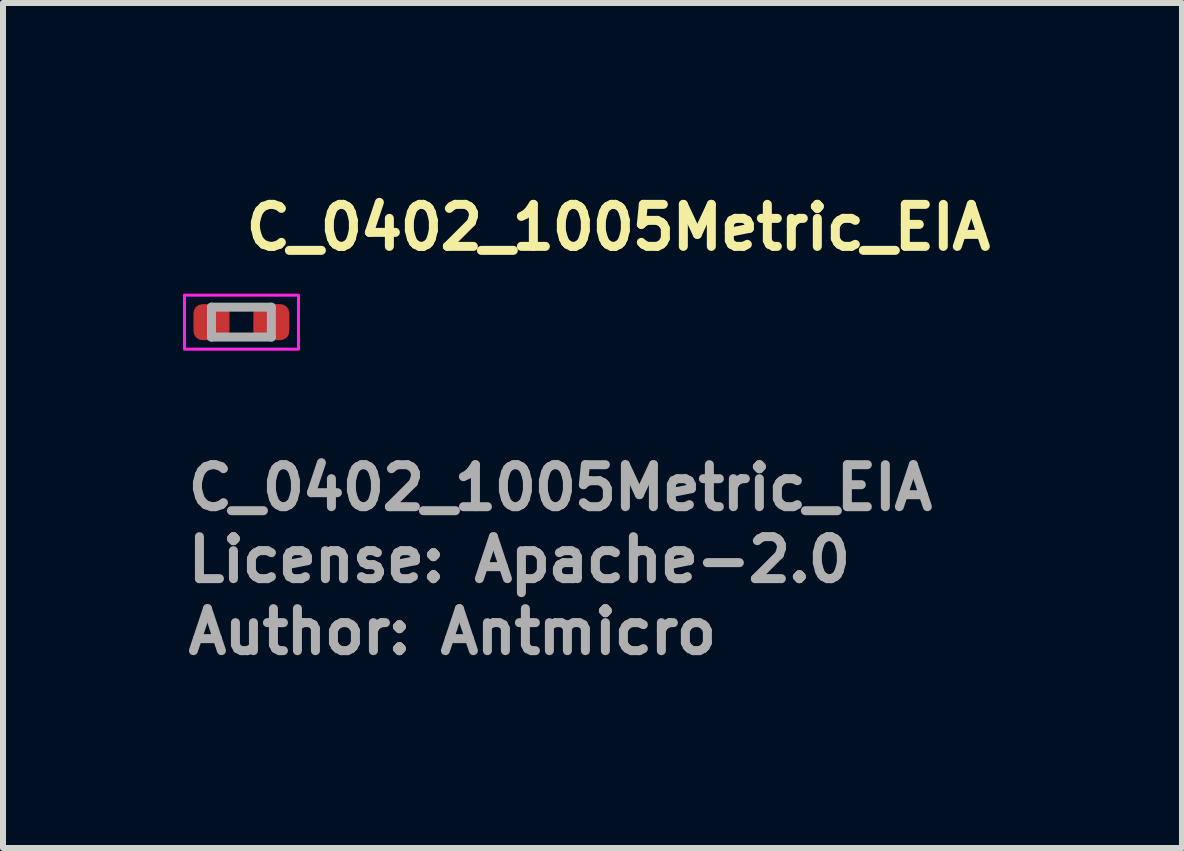
<source format=kicad_pcb>
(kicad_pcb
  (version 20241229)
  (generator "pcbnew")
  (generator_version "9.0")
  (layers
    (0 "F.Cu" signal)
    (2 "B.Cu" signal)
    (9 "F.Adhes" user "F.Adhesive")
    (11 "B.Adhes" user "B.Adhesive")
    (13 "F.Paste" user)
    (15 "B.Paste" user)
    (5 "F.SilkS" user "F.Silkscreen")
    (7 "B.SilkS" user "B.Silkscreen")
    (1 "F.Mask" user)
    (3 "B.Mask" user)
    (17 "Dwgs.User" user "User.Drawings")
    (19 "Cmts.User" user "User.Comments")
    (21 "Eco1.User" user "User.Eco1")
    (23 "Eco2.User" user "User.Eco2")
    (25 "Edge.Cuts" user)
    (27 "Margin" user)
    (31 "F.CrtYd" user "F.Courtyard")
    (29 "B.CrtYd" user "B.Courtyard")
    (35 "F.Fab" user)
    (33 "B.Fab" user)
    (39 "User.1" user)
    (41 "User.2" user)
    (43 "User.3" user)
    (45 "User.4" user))
  (footprint "C_0402_1005Metric_EIA"
    (layer "F.Cu")
    (at 0.975 2.32)
    (property "Reference" "C_0402_1005Metric_EIA" (at 0 -1.17 0) (layer "F.SilkS") (effects (font (size 0.7 0.7) (thickness 0.15)) (justify left bottom)))
    (attr smd)
    (fp_rect (start -0.95 -0.45) (end 0.95 0.45) (stroke (width 0.05) (type default)) (fill no) (layer "F.CrtYd"))
    (fp_line (start -0.5 -0.25) (end 0.498 -0.25) (stroke (width 0.15) (type solid)) (layer "F.Fab"))
    (fp_line (start -0.5 0.248) (end -0.5 -0.25) (stroke (width 0.15) (type solid)) (layer "F.Fab"))
    (fp_line (start 0.498 -0.25) (end 0.498 0.248) (stroke (width 0.15) (type solid)) (layer "F.Fab"))
    (fp_line (start 0.498 0.248) (end -0.5 0.248) (stroke (width 0.15) (type solid)) (layer "F.Fab"))
    (fp_rect (start -0.5 -0.25) (end 0.498 0.248) (stroke (width 0.1) (type solid)) (fill no) (layer "User.5"))
    (fp_line (start -0.5 -0.245) (end -0.5 -0.244) (stroke (width 0.02) (type solid)) (layer "User.9"))
    (fp_line (start -0.5 -0.244) (end -0.5 -0.244) (stroke (width 0.02) (type solid)) (layer "User.9"))
    (fp_line (start -0.5 -0.244) (end -0.5 -0.243) (stroke (width 0.02) (type solid)) (layer "User.9"))
    (fp_line (start -0.5 -0.243) (end -0.5 -0.243) (stroke (width 0.02) (type solid)) (layer "User.9"))
    (fp_line (start -0.5 -0.243) (end -0.5 -0.243) (stroke (width 0.02) (type solid)) (layer "User.9"))
    (fp_line (start -0.5 -0.243) (end -0.5 -0.242) (stroke (width 0.02) (type solid)) (layer "User.9"))
    (fp_line (start -0.5 -0.242) (end -0.5 -0.242) (stroke (width 0.02) (type solid)) (layer "User.9"))
    (fp_line (start -0.5 -0.242) (end -0.5 -0.241) (stroke (width 0.02) (type solid)) (layer "User.9"))
    (fp_line (start -0.5 -0.241) (end -0.5 -0.24) (stroke (width 0.02) (type solid)) (layer "User.9"))
    (fp_line (start -0.5 -0.24) (end -0.5 -0.24) (stroke (width 0.02) (type solid)) (layer "User.9"))
    (fp_line (start -0.5 -0.24) (end -0.5 -0.24) (stroke (width 0.02) (type solid)) (layer "User.9"))
    (fp_line (start -0.5 -0.24) (end -0.5 -0.24) (stroke (width 0.02) (type solid)) (layer "User.9"))
    (fp_line (start -0.5 -0.24) (end -0.5 -0.24) (stroke (width 0.02) (type solid)) (layer "User.9"))
    (fp_line (start -0.5 -0.24) (end -0.5 -0.239) (stroke (width 0.02) (type solid)) (layer "User.9"))
    (fp_line (start -0.5 -0.239) (end -0.5 -0.239) (stroke (width 0.02) (type solid)) (layer "User.9"))
    (fp_line (start -0.5 -0.239) (end -0.5 -0.239) (stroke (width 0.02) (type solid)) (layer "User.9"))
    (fp_line (start -0.5 -0.239) (end -0.5 -0.238) (stroke (width 0.02) (type solid)) (layer "User.9"))
    (fp_line (start -0.5 -0.238) (end -0.5 -0.238) (stroke (width 0.02) (type solid)) (layer "User.9"))
    (fp_line (start -0.5 -0.238) (end -0.5 -0.237) (stroke (width 0.02) (type solid)) (layer "User.9"))
    (fp_line (start -0.5 -0.237) (end -0.499 -0.237) (stroke (width 0.02) (type solid)) (layer "User.9"))
    (fp_line (start -0.5 0.235) (end -0.5 0.236) (stroke (width 0.02) (type solid)) (layer "User.9"))
    (fp_line (start -0.5 0.236) (end -0.5 0.236) (stroke (width 0.02) (type solid)) (layer "User.9"))
    (fp_line (start -0.5 0.236) (end -0.5 0.237) (stroke (width 0.02) (type solid)) (layer "User.9"))
    (fp_line (start -0.5 0.237) (end -0.5 0.237) (stroke (width 0.02) (type solid)) (layer "User.9"))
    (fp_line (start -0.5 0.237) (end -0.5 0.237) (stroke (width 0.02) (type solid)) (layer "User.9"))
    (fp_line (start -0.5 0.237) (end -0.5 0.238) (stroke (width 0.02) (type solid)) (layer "User.9"))
    (fp_line (start -0.5 0.238) (end -0.5 0.238) (stroke (width 0.02) (type solid)) (layer "User.9"))
    (fp_line (start -0.5 0.238) (end -0.5 0.239) (stroke (width 0.02) (type solid)) (layer "User.9"))
    (fp_line (start -0.5 0.239) (end -0.5 -0.24) (stroke (width 0.02) (type solid)) (layer "User.9"))
    (fp_line (start -0.5 0.239) (end -0.5 0.239) (stroke (width 0.02) (type solid)) (layer "User.9"))
    (fp_line (start -0.5 0.239) (end -0.5 0.239) (stroke (width 0.02) (type solid)) (layer "User.9"))
    (fp_line (start -0.5 0.239) (end -0.5 0.239) (stroke (width 0.02) (type solid)) (layer "User.9"))
    (fp_line (start -0.5 0.239) (end -0.5 0.24) (stroke (width 0.02) (type solid)) (layer "User.9"))
    (fp_line (start -0.5 0.24) (end -0.5 0.24) (stroke (width 0.02) (type solid)) (layer "User.9"))
    (fp_line (start -0.5 0.24) (end -0.5 0.241) (stroke (width 0.02) (type solid)) (layer "User.9"))
    (fp_line (start -0.5 0.241) (end -0.5 0.241) (stroke (width 0.02) (type solid)) (layer "User.9"))
    (fp_line (start -0.5 0.241) (end -0.5 0.241) (stroke (width 0.02) (type solid)) (layer "User.9"))
    (fp_line (start -0.5 0.241) (end -0.5 0.242) (stroke (width 0.02) (type solid)) (layer "User.9"))
    (fp_line (start -0.5 0.242) (end -0.5 0.242) (stroke (width 0.02) (type solid)) (layer "User.9"))
    (fp_line (start -0.5 0.242) (end -0.5 0.243) (stroke (width 0.02) (type solid)) (layer "User.9"))
    (fp_line (start -0.5 0.243) (end -0.499 0.243) (stroke (width 0.02) (type solid)) (layer "User.9"))
    (fp_line (start -0.499 -0.246) (end -0.499 -0.246) (stroke (width 0.02) (type solid)) (layer "User.9"))
    (fp_line (start -0.499 -0.246) (end -0.499 -0.246) (stroke (width 0.02) (type solid)) (layer "User.9"))
    (fp_line (start -0.499 -0.246) (end -0.499 -0.245) (stroke (width 0.02) (type solid)) (layer "User.9"))
    (fp_line (start -0.499 -0.245) (end -0.5 -0.245) (stroke (width 0.02) (type solid)) (layer "User.9"))
    (fp_line (start -0.499 -0.237) (end -0.499 -0.236) (stroke (width 0.02) (type solid)) (layer "User.9"))
    (fp_line (start -0.499 -0.236) (end -0.499 -0.236) (stroke (width 0.02) (type solid)) (layer "User.9"))
    (fp_line (start -0.499 -0.236) (end -0.499 -0.236) (stroke (width 0.02) (type solid)) (layer "User.9"))
    (fp_line (start -0.499 -0.236) (end -0.498 -0.235) (stroke (width 0.02) (type solid)) (layer "User.9"))
    (fp_line (start -0.499 0.234) (end -0.499 0.234) (stroke (width 0.02) (type solid)) (layer "User.9"))
    (fp_line (start -0.499 0.234) (end -0.499 0.234) (stroke (width 0.02) (type solid)) (layer "User.9"))
    (fp_line (start -0.499 0.234) (end -0.499 0.235) (stroke (width 0.02) (type solid)) (layer "User.9"))
    (fp_line (start -0.499 0.235) (end -0.5 0.235) (stroke (width 0.02) (type solid)) (layer "User.9"))
    (fp_line (start -0.499 0.243) (end -0.499 0.244) (stroke (width 0.02) (type solid)) (layer "User.9"))
    (fp_line (start -0.499 0.244) (end -0.499 0.244) (stroke (width 0.02) (type solid)) (layer "User.9"))
    (fp_line (start -0.499 0.244) (end -0.499 0.244) (stroke (width 0.02) (type solid)) (layer "User.9"))
    (fp_line (start -0.499 0.244) (end -0.498 0.245) (stroke (width 0.02) (type solid)) (layer "User.9"))
    (fp_line (start -0.498 -0.248) (end -0.498 -0.247) (stroke (width 0.02) (type solid)) (layer "User.9"))
    (fp_line (start -0.498 -0.247) (end -0.499 -0.246) (stroke (width 0.02) (type solid)) (layer "User.9"))
    (fp_line (start -0.498 -0.247) (end -0.498 -0.247) (stroke (width 0.02) (type solid)) (layer "User.9"))
    (fp_line (start -0.498 -0.235) (end -0.498 -0.235) (stroke (width 0.02) (type solid)) (layer "User.9"))
    (fp_line (start -0.498 -0.235) (end -0.498 -0.234) (stroke (width 0.02) (type solid)) (layer "User.9"))
    (fp_line (start -0.498 -0.234) (end -0.497 -0.234) (stroke (width 0.02) (type solid)) (layer "User.9"))
    (fp_line (start -0.498 0.232) (end -0.498 0.233) (stroke (width 0.02) (type solid)) (layer "User.9"))
    (fp_line (start -0.498 0.233) (end -0.499 0.234) (stroke (width 0.02) (type solid)) (layer "User.9"))
    (fp_line (start -0.498 0.233) (end -0.498 0.233) (stroke (width 0.02) (type solid)) (layer "User.9"))
    (fp_line (start -0.498 0.245) (end -0.498 0.245) (stroke (width 0.02) (type solid)) (layer "User.9"))
    (fp_line (start -0.498 0.245) (end -0.498 0.246) (stroke (width 0.02) (type solid)) (layer "User.9"))
    (fp_line (start -0.498 0.246) (end -0.497 0.246) (stroke (width 0.02) (type solid)) (layer "User.9"))
    (fp_line (start -0.497 -0.248) (end -0.498 -0.248) (stroke (width 0.02) (type solid)) (layer "User.9"))
    (fp_line (start -0.497 -0.248) (end -0.497 -0.248) (stroke (width 0.02) (type solid)) (layer "User.9"))
    (fp_line (start -0.497 -0.234) (end -0.497 -0.234) (stroke (width 0.02) (type solid)) (layer "User.9"))
    (fp_line (start -0.497 -0.234) (end -0.496 -0.233) (stroke (width 0.02) (type solid)) (layer "User.9"))
    (fp_line (start -0.497 0.232) (end -0.498 0.232) (stroke (width 0.02) (type solid)) (layer "User.9"))
    (fp_line (start -0.497 0.232) (end -0.497 0.232) (stroke (width 0.02) (type solid)) (layer "User.9"))
    (fp_line (start -0.497 0.246) (end -0.497 0.246) (stroke (width 0.02) (type solid)) (layer "User.9"))
    (fp_line (start -0.497 0.246) (end -0.496 0.247) (stroke (width 0.02) (type solid)) (layer "User.9"))
    (fp_line (start -0.496 -0.249) (end -0.497 -0.248) (stroke (width 0.02) (type solid)) (layer "User.9"))
    (fp_line (start -0.496 -0.249) (end -0.496 -0.249) (stroke (width 0.02) (type solid)) (layer "User.9"))
    (fp_line (start -0.496 -0.249) (end -0.496 -0.249) (stroke (width 0.02) (type solid)) (layer "User.9"))
    (fp_line (start -0.496 -0.233) (end -0.496 -0.233) (stroke (width 0.02) (type solid)) (layer "User.9"))
    (fp_line (start -0.496 -0.233) (end -0.496 -0.233) (stroke (width 0.02) (type solid)) (layer "User.9"))
    (fp_line (start -0.496 -0.233) (end -0.495 -0.233) (stroke (width 0.02) (type solid)) (layer "User.9"))
    (fp_line (start -0.496 0.231) (end -0.497 0.232) (stroke (width 0.02) (type solid)) (layer "User.9"))
    (fp_line (start -0.496 0.231) (end -0.496 0.231) (stroke (width 0.02) (type solid)) (layer "User.9"))
    (fp_line (start -0.496 0.231) (end -0.496 0.231) (stroke (width 0.02) (type solid)) (layer "User.9"))
    (fp_line (start -0.496 0.247) (end -0.496 0.247) (stroke (width 0.02) (type solid)) (layer "User.9"))
    (fp_line (start -0.496 0.247) (end -0.496 0.247) (stroke (width 0.02) (type solid)) (layer "User.9"))
    (fp_line (start -0.496 0.247) (end -0.495 0.247) (stroke (width 0.02) (type solid)) (layer "User.9"))
    (fp_line (start -0.495 -0.25) (end -0.495 -0.249) (stroke (width 0.02) (type solid)) (layer "User.9"))
    (fp_line (start -0.495 -0.249) (end -0.496 -0.249) (stroke (width 0.02) (type solid)) (layer "User.9"))
    (fp_line (start -0.495 -0.233) (end -0.495 -0.232) (stroke (width 0.02) (type solid)) (layer "User.9"))
    (fp_line (start -0.495 -0.232) (end -0.494 -0.232) (stroke (width 0.02) (type solid)) (layer "User.9"))
    (fp_line (start -0.495 0.23) (end -0.495 0.231) (stroke (width 0.02) (type solid)) (layer "User.9"))
    (fp_line (start -0.495 0.231) (end -0.496 0.231) (stroke (width 0.02) (type solid)) (layer "User.9"))
    (fp_line (start -0.495 0.247) (end -0.495 0.248) (stroke (width 0.02) (type solid)) (layer "User.9"))
    (fp_line (start -0.495 0.248) (end -0.494 0.248) (stroke (width 0.02) (type solid)) (layer "User.9"))
    (fp_line (start -0.494 -0.25) (end -0.495 -0.25) (stroke (width 0.02) (type solid)) (layer "User.9"))
    (fp_line (start -0.494 -0.25) (end -0.494 -0.25) (stroke (width 0.02) (type solid)) (layer "User.9"))
    (fp_line (start -0.494 -0.232) (end -0.494 -0.232) (stroke (width 0.02) (type solid)) (layer "User.9"))
    (fp_line (start -0.494 -0.232) (end -0.493 -0.232) (stroke (width 0.02) (type solid)) (layer "User.9"))
    (fp_line (start -0.494 0.23) (end -0.495 0.23) (stroke (width 0.02) (type solid)) (layer "User.9"))
    (fp_line (start -0.494 0.23) (end -0.494 0.23) (stroke (width 0.02) (type solid)) (layer "User.9"))
    (fp_line (start -0.494 0.248) (end -0.494 0.248) (stroke (width 0.02) (type solid)) (layer "User.9"))
    (fp_line (start -0.494 0.248) (end -0.493 0.248) (stroke (width 0.02) (type solid)) (layer "User.9"))
    (fp_line (start -0.493 -0.25) (end -0.494 -0.25) (stroke (width 0.02) (type solid)) (layer "User.9"))
    (fp_line (start -0.493 -0.25) (end -0.493 -0.25) (stroke (width 0.02) (type solid)) (layer "User.9"))
    (fp_line (start -0.493 -0.25) (end -0.493 -0.25) (stroke (width 0.02) (type solid)) (layer "User.9"))
    (fp_line (start -0.493 -0.232) (end -0.493 -0.232) (stroke (width 0.02) (type solid)) (layer "User.9"))
    (fp_line (start -0.493 -0.232) (end -0.493 -0.232) (stroke (width 0.02) (type solid)) (layer "User.9"))
    (fp_line (start -0.493 -0.232) (end -0.492 -0.232) (stroke (width 0.02) (type solid)) (layer "User.9"))
    (fp_line (start -0.493 0.23) (end -0.494 0.23) (stroke (width 0.02) (type solid)) (layer "User.9"))
    (fp_line (start -0.493 0.23) (end -0.493 0.23) (stroke (width 0.02) (type solid)) (layer "User.9"))
    (fp_line (start -0.493 0.23) (end -0.493 0.23) (stroke (width 0.02) (type solid)) (layer "User.9"))
    (fp_line (start -0.493 0.248) (end -0.493 0.248) (stroke (width 0.02) (type solid)) (layer "User.9"))
    (fp_line (start -0.493 0.248) (end -0.493 0.248) (stroke (width 0.02) (type solid)) (layer "User.9"))
    (fp_line (start -0.493 0.248) (end -0.492 0.248) (stroke (width 0.02) (type solid)) (layer "User.9"))
    (fp_line (start -0.492 -0.25) (end -0.493 -0.25) (stroke (width 0.02) (type solid)) (layer "User.9"))
    (fp_line (start -0.492 -0.25) (end -0.492 -0.25) (stroke (width 0.02) (type solid)) (layer "User.9"))
    (fp_line (start -0.492 -0.232) (end -0.492 -0.232) (stroke (width 0.02) (type solid)) (layer "User.9"))
    (fp_line (start -0.492 -0.232) (end -0.491 -0.232) (stroke (width 0.02) (type solid)) (layer "User.9"))
    (fp_line (start -0.492 0.23) (end -0.493 0.23) (stroke (width 0.02) (type solid)) (layer "User.9"))
    (fp_line (start -0.492 0.23) (end -0.492 0.23) (stroke (width 0.02) (type solid)) (layer "User.9"))
    (fp_line (start -0.492 0.248) (end -0.492 0.248) (stroke (width 0.02) (type solid)) (layer "User.9"))
    (fp_line (start -0.492 0.248) (end -0.491 0.248) (stroke (width 0.02) (type solid)) (layer "User.9"))
    (fp_line (start -0.491 -0.25) (end -0.492 -0.25) (stroke (width 0.02) (type solid)) (layer "User.9"))
    (fp_line (start -0.491 -0.232) (end -0.49 -0.232) (stroke (width 0.02) (type solid)) (layer "User.9"))
    (fp_line (start -0.491 0.23) (end -0.492 0.23) (stroke (width 0.02) (type solid)) (layer "User.9"))
    (fp_line (start -0.491 0.248) (end -0.49 0.248) (stroke (width 0.02) (type solid)) (layer "User.9"))
    (fp_line (start -0.49 -0.25) (end -0.491 -0.25) (stroke (width 0.02) (type solid)) (layer "User.9"))
    (fp_line (start -0.49 -0.25) (end -0.49 -0.25) (stroke (width 0.02) (type solid)) (layer "User.9"))
    (fp_line (start -0.49 -0.25) (end -0.49 -0.25) (stroke (width 0.02) (type solid)) (layer "User.9"))
    (fp_line (start -0.49 -0.25) (end -0.3 -0.25) (stroke (width 0.02) (type solid)) (layer "User.9"))
    (fp_line (start -0.49 -0.232) (end -0.49 -0.232) (stroke (width 0.02) (type solid)) (layer "User.9"))
    (fp_line (start -0.49 -0.232) (end -0.49 -0.232) (stroke (width 0.02) (type solid)) (layer "User.9"))
    (fp_line (start -0.49 -0.232) (end -0.489 -0.232) (stroke (width 0.02) (type solid)) (layer "User.9"))
    (fp_line (start -0.49 0.23) (end -0.491 0.23) (stroke (width 0.02) (type solid)) (layer "User.9"))
    (fp_line (start -0.49 0.23) (end -0.49 0.23) (stroke (width 0.02) (type solid)) (layer "User.9"))
    (fp_line (start -0.49 0.23) (end -0.49 0.23) (stroke (width 0.02) (type solid)) (layer "User.9"))
    (fp_line (start -0.49 0.248) (end -0.49 0.248) (stroke (width 0.02) (type solid)) (layer "User.9"))
    (fp_line (start -0.49 0.248) (end -0.49 0.248) (stroke (width 0.02) (type solid)) (layer "User.9"))
    (fp_line (start -0.49 0.248) (end -0.489 0.248) (stroke (width 0.02) (type solid)) (layer "User.9"))
    (fp_line (start -0.489 -0.25) (end -0.49 -0.25) (stroke (width 0.02) (type solid)) (layer "User.9"))
    (fp_line (start -0.489 -0.25) (end -0.489 -0.25) (stroke (width 0.02) (type solid)) (layer "User.9"))
    (fp_line (start -0.489 -0.232) (end -0.489 -0.232) (stroke (width 0.02) (type solid)) (layer "User.9"))
    (fp_line (start -0.489 -0.232) (end -0.488 -0.232) (stroke (width 0.02) (type solid)) (layer "User.9"))
    (fp_line (start -0.489 0.23) (end -0.49 0.23) (stroke (width 0.02) (type solid)) (layer "User.9"))
    (fp_line (start -0.489 0.23) (end -0.489 0.23) (stroke (width 0.02) (type solid)) (layer "User.9"))
    (fp_line (start -0.489 0.248) (end -0.489 0.248) (stroke (width 0.02) (type solid)) (layer "User.9"))
    (fp_line (start -0.489 0.248) (end -0.488 0.248) (stroke (width 0.02) (type solid)) (layer "User.9"))
    (fp_line (start -0.488 -0.25) (end -0.489 -0.25) (stroke (width 0.02) (type solid)) (layer "User.9"))
    (fp_line (start -0.488 -0.25) (end -0.488 -0.25) (stroke (width 0.02) (type solid)) (layer "User.9"))
    (fp_line (start -0.488 -0.25) (end -0.488 -0.25) (stroke (width 0.02) (type solid)) (layer "User.9"))
    (fp_line (start -0.488 -0.232) (end -0.488 -0.232) (stroke (width 0.02) (type solid)) (layer "User.9"))
    (fp_line (start -0.488 -0.232) (end -0.488 -0.232) (stroke (width 0.02) (type solid)) (layer "User.9"))
    (fp_line (start -0.488 -0.232) (end -0.487 -0.232) (stroke (width 0.02) (type solid)) (layer "User.9"))
    (fp_line (start -0.488 0.23) (end -0.489 0.23) (stroke (width 0.02) (type solid)) (layer "User.9"))
    (fp_line (start -0.488 0.23) (end -0.488 0.23) (stroke (width 0.02) (type solid)) (layer "User.9"))
    (fp_line (start -0.488 0.23) (end -0.488 0.23) (stroke (width 0.02) (type solid)) (layer "User.9"))
    (fp_line (start -0.488 0.248) (end -0.488 0.248) (stroke (width 0.02) (type solid)) (layer "User.9"))
    (fp_line (start -0.488 0.248) (end -0.488 0.248) (stroke (width 0.02) (type solid)) (layer "User.9"))
    (fp_line (start -0.488 0.248) (end -0.487 0.248) (stroke (width 0.02) (type solid)) (layer "User.9"))
    (fp_line (start -0.487 -0.25) (end -0.488 -0.25) (stroke (width 0.02) (type solid)) (layer "User.9"))
    (fp_line (start -0.487 -0.25) (end -0.487 -0.25) (stroke (width 0.02) (type solid)) (layer "User.9"))
    (fp_line (start -0.487 -0.232) (end -0.487 -0.232) (stroke (width 0.02) (type solid)) (layer "User.9"))
    (fp_line (start -0.487 -0.232) (end -0.486 -0.232) (stroke (width 0.02) (type solid)) (layer "User.9"))
    (fp_line (start -0.487 0.23) (end -0.488 0.23) (stroke (width 0.02) (type solid)) (layer "User.9"))
    (fp_line (start -0.487 0.23) (end -0.487 0.23) (stroke (width 0.02) (type solid)) (layer "User.9"))
    (fp_line (start -0.487 0.248) (end -0.487 0.248) (stroke (width 0.02) (type solid)) (layer "User.9"))
    (fp_line (start -0.487 0.248) (end -0.486 0.248) (stroke (width 0.02) (type solid)) (layer "User.9"))
    (fp_line (start -0.486 -0.25) (end -0.487 -0.25) (stroke (width 0.02) (type solid)) (layer "User.9"))
    (fp_line (start -0.486 -0.249) (end -0.486 -0.25) (stroke (width 0.02) (type solid)) (layer "User.9"))
    (fp_line (start -0.486 -0.233) (end -0.485 -0.233) (stroke (width 0.02) (type solid)) (layer "User.9"))
    (fp_line (start -0.486 -0.232) (end -0.486 -0.233) (stroke (width 0.02) (type solid)) (layer "User.9"))
    (fp_line (start -0.486 0.23) (end -0.487 0.23) (stroke (width 0.02) (type solid)) (layer "User.9"))
    (fp_line (start -0.486 0.231) (end -0.486 0.23) (stroke (width 0.02) (type solid)) (layer "User.9"))
    (fp_line (start -0.486 0.247) (end -0.485 0.247) (stroke (width 0.02) (type solid)) (layer "User.9"))
    (fp_line (start -0.486 0.248) (end -0.486 0.247) (stroke (width 0.02) (type solid)) (layer "User.9"))
    (fp_line (start -0.485 -0.249) (end -0.486 -0.249) (stroke (width 0.02) (type solid)) (layer "User.9"))
    (fp_line (start -0.485 -0.249) (end -0.485 -0.249) (stroke (width 0.02) (type solid)) (layer "User.9"))
    (fp_line (start -0.485 -0.249) (end -0.485 -0.249) (stroke (width 0.02) (type solid)) (layer "User.9"))
    (fp_line (start -0.485 -0.233) (end -0.485 -0.233) (stroke (width 0.02) (type solid)) (layer "User.9"))
    (fp_line (start -0.485 -0.233) (end -0.485 -0.233) (stroke (width 0.02) (type solid)) (layer "User.9"))
    (fp_line (start -0.485 -0.233) (end -0.484 -0.234) (stroke (width 0.02) (type solid)) (layer "User.9"))
    (fp_line (start -0.485 0.231) (end -0.486 0.231) (stroke (width 0.02) (type solid)) (layer "User.9"))
    (fp_line (start -0.485 0.231) (end -0.485 0.231) (stroke (width 0.02) (type solid)) (layer "User.9"))
    (fp_line (start -0.485 0.231) (end -0.485 0.231) (stroke (width 0.02) (type solid)) (layer "User.9"))
    (fp_line (start -0.485 0.247) (end -0.485 0.247) (stroke (width 0.02) (type solid)) (layer "User.9"))
    (fp_line (start -0.485 0.247) (end -0.485 0.247) (stroke (width 0.02) (type solid)) (layer "User.9"))
    (fp_line (start -0.485 0.247) (end -0.484 0.246) (stroke (width 0.02) (type solid)) (layer "User.9"))
    (fp_line (start -0.484 -0.248) (end -0.485 -0.249) (stroke (width 0.02) (type solid)) (layer "User.9"))
    (fp_line (start -0.484 -0.248) (end -0.484 -0.248) (stroke (width 0.02) (type solid)) (layer "User.9"))
    (fp_line (start -0.484 -0.234) (end -0.484 -0.234) (stroke (width 0.02) (type solid)) (layer "User.9"))
    (fp_line (start -0.484 -0.234) (end -0.483 -0.234) (stroke (width 0.02) (type solid)) (layer "User.9"))
    (fp_line (start -0.484 0.232) (end -0.485 0.231) (stroke (width 0.02) (type solid)) (layer "User.9"))
    (fp_line (start -0.484 0.232) (end -0.484 0.232) (stroke (width 0.02) (type solid)) (layer "User.9"))
    (fp_line (start -0.484 0.246) (end -0.484 0.246) (stroke (width 0.02) (type solid)) (layer "User.9"))
    (fp_line (start -0.484 0.246) (end -0.483 0.246) (stroke (width 0.02) (type solid)) (layer "User.9"))
    (fp_line (start -0.483 -0.248) (end -0.484 -0.248) (stroke (width 0.02) (type solid)) (layer "User.9"))
    (fp_line (start -0.483 -0.247) (end -0.483 -0.248) (stroke (width 0.02) (type solid)) (layer "User.9"))
    (fp_line (start -0.483 -0.247) (end -0.483 -0.247) (stroke (width 0.02) (type solid)) (layer "User.9"))
    (fp_line (start -0.483 -0.235) (end -0.483 -0.235) (stroke (width 0.02) (type solid)) (layer "User.9"))
    (fp_line (start -0.483 -0.235) (end -0.482 -0.236) (stroke (width 0.02) (type solid)) (layer "User.9"))
    (fp_line (start -0.483 -0.234) (end -0.483 -0.235) (stroke (width 0.02) (type solid)) (layer "User.9"))
    (fp_line (start -0.483 0.232) (end -0.484 0.232) (stroke (width 0.02) (type solid)) (layer "User.9"))
    (fp_line (start -0.483 0.233) (end -0.483 0.232) (stroke (width 0.02) (type solid)) (layer "User.9"))
    (fp_line (start -0.483 0.233) (end -0.483 0.233) (stroke (width 0.02) (type solid)) (layer "User.9"))
    (fp_line (start -0.483 0.245) (end -0.483 0.245) (stroke (width 0.02) (type solid)) (layer "User.9"))
    (fp_line (start -0.483 0.245) (end -0.482 0.244) (stroke (width 0.02) (type solid)) (layer "User.9"))
    (fp_line (start -0.483 0.246) (end -0.483 0.245) (stroke (width 0.02) (type solid)) (layer "User.9"))
    (fp_line (start -0.482 -0.246) (end -0.483 -0.247) (stroke (width 0.02) (type solid)) (layer "User.9"))
    (fp_line (start -0.482 -0.246) (end -0.482 -0.246) (stroke (width 0.02) (type solid)) (layer "User.9"))
    (fp_line (start -0.482 -0.246) (end -0.482 -0.246) (stroke (width 0.02) (type solid)) (layer "User.9"))
    (fp_line (start -0.482 -0.245) (end -0.482 -0.246) (stroke (width 0.02) (type solid)) (layer "User.9"))
    (fp_line (start -0.482 -0.237) (end -0.481 -0.237) (stroke (width 0.02) (type solid)) (layer "User.9"))
    (fp_line (start -0.482 -0.236) (end -0.482 -0.237) (stroke (width 0.02) (type solid)) (layer "User.9"))
    (fp_line (start -0.482 -0.236) (end -0.482 -0.236) (stroke (width 0.02) (type solid)) (layer "User.9"))
    (fp_line (start -0.482 -0.236) (end -0.482 -0.236) (stroke (width 0.02) (type solid)) (layer "User.9"))
    (fp_line (start -0.482 0.234) (end -0.483 0.233) (stroke (width 0.02) (type solid)) (layer "User.9"))
    (fp_line (start -0.482 0.234) (end -0.482 0.234) (stroke (width 0.02) (type solid)) (layer "User.9"))
    (fp_line (start -0.482 0.234) (end -0.482 0.234) (stroke (width 0.02) (type solid)) (layer "User.9"))
    (fp_line (start -0.482 0.235) (end -0.482 0.234) (stroke (width 0.02) (type solid)) (layer "User.9"))
    (fp_line (start -0.482 0.243) (end -0.481 0.243) (stroke (width 0.02) (type solid)) (layer "User.9"))
    (fp_line (start -0.482 0.244) (end -0.482 0.243) (stroke (width 0.02) (type solid)) (layer "User.9"))
    (fp_line (start -0.482 0.244) (end -0.482 0.244) (stroke (width 0.02) (type solid)) (layer "User.9"))
    (fp_line (start -0.482 0.244) (end -0.482 0.244) (stroke (width 0.02) (type solid)) (layer "User.9"))
    (fp_line (start -0.481 -0.245) (end -0.482 -0.245) (stroke (width 0.02) (type solid)) (layer "User.9"))
    (fp_line (start -0.481 -0.244) (end -0.481 -0.245) (stroke (width 0.02) (type solid)) (layer "User.9"))
    (fp_line (start -0.481 -0.244) (end -0.481 -0.244) (stroke (width 0.02) (type solid)) (layer "User.9"))
    (fp_line (start -0.481 -0.243) (end -0.481 -0.244) (stroke (width 0.02) (type solid)) (layer "User.9"))
    (fp_line (start -0.481 -0.243) (end -0.481 -0.243) (stroke (width 0.02) (type solid)) (layer "User.9"))
    (fp_line (start -0.481 -0.243) (end -0.481 -0.243) (stroke (width 0.02) (type solid)) (layer "User.9"))
    (fp_line (start -0.481 -0.242) (end -0.481 -0.243) (stroke (width 0.02) (type solid)) (layer "User.9"))
    (fp_line (start -0.481 -0.242) (end -0.481 -0.242) (stroke (width 0.02) (type solid)) (layer "User.9"))
    (fp_line (start -0.481 -0.241) (end -0.481 -0.242) (stroke (width 0.02) (type solid)) (layer "User.9"))
    (fp_line (start -0.481 -0.24) (end -0.481 -0.24) (stroke (width 0.02) (type solid)) (layer "User.9"))
    (fp_line (start -0.481 -0.24) (end -0.481 -0.24) (stroke (width 0.02) (type solid)) (layer "User.9"))
    (fp_line (start -0.481 -0.24) (end -0.48 -0.24) (stroke (width 0.02) (type solid)) (layer "User.9"))
    (fp_line (start -0.481 -0.239) (end -0.481 -0.24) (stroke (width 0.02) (type solid)) (layer "User.9"))
    (fp_line (start -0.481 -0.239) (end -0.481 -0.239) (stroke (width 0.02) (type solid)) (layer "User.9"))
    (fp_line (start -0.481 -0.239) (end -0.481 -0.239) (stroke (width 0.02) (type solid)) (layer "User.9"))
    (fp_line (start -0.481 -0.238) (end -0.481 -0.239) (stroke (width 0.02) (type solid)) (layer "User.9"))
    (fp_line (start -0.481 -0.238) (end -0.481 -0.238) (stroke (width 0.02) (type solid)) (layer "User.9"))
    (fp_line (start -0.481 -0.237) (end -0.481 -0.238) (stroke (width 0.02) (type solid)) (layer "User.9"))
    (fp_line (start -0.481 0.235) (end -0.482 0.235) (stroke (width 0.02) (type solid)) (layer "User.9"))
    (fp_line (start -0.481 0.236) (end -0.481 0.235) (stroke (width 0.02) (type solid)) (layer "User.9"))
    (fp_line (start -0.481 0.236) (end -0.481 0.236) (stroke (width 0.02) (type solid)) (layer "User.9"))
    (fp_line (start -0.481 0.237) (end -0.481 0.236) (stroke (width 0.02) (type solid)) (layer "User.9"))
    (fp_line (start -0.481 0.237) (end -0.481 0.237) (stroke (width 0.02) (type solid)) (layer "User.9"))
    (fp_line (start -0.481 0.237) (end -0.481 0.237) (stroke (width 0.02) (type solid)) (layer "User.9"))
    (fp_line (start -0.481 0.238) (end -0.481 0.237) (stroke (width 0.02) (type solid)) (layer "User.9"))
    (fp_line (start -0.481 0.238) (end -0.481 0.238) (stroke (width 0.02) (type solid)) (layer "User.9"))
    (fp_line (start -0.481 0.239) (end -0.481 0.238) (stroke (width 0.02) (type solid)) (layer "User.9"))
    (fp_line (start -0.481 0.239) (end -0.48 0.239) (stroke (width 0.02) (type solid)) (layer "User.9"))
    (fp_line (start -0.481 0.24) (end -0.481 0.239) (stroke (width 0.02) (type solid)) (layer "User.9"))
    (fp_line (start -0.481 0.24) (end -0.481 0.24) (stroke (width 0.02) (type solid)) (layer "User.9"))
    (fp_line (start -0.481 0.241) (end -0.481 0.24) (stroke (width 0.02) (type solid)) (layer "User.9"))
    (fp_line (start -0.481 0.241) (end -0.481 0.241) (stroke (width 0.02) (type solid)) (layer "User.9"))
    (fp_line (start -0.481 0.241) (end -0.481 0.241) (stroke (width 0.02) (type solid)) (layer "User.9"))
    (fp_line (start -0.481 0.242) (end -0.481 0.241) (stroke (width 0.02) (type solid)) (layer "User.9"))
    (fp_line (start -0.481 0.242) (end -0.481 0.242) (stroke (width 0.02) (type solid)) (layer "User.9"))
    (fp_line (start -0.481 0.243) (end -0.481 0.242) (stroke (width 0.02) (type solid)) (layer "User.9"))
    (fp_line (start -0.48 -0.24) (end -0.481 -0.241) (stroke (width 0.02) (type solid)) (layer "User.9"))
    (fp_line (start -0.48 -0.24) (end -0.48 -0.24) (stroke (width 0.02) (type solid)) (layer "User.9"))
    (fp_line (start -0.48 -0.24) (end -0.48 -0.24) (stroke (width 0.02) (type solid)) (layer "User.9"))
    (fp_line (start -0.48 0.239) (end -0.481 0.239) (stroke (width 0.02) (type solid)) (layer "User.9"))
    (fp_line (start -0.48 0.239) (end -0.48 0.239) (stroke (width 0.02) (type solid)) (layer "User.9"))
    (fp_line (start -0.48 0.239) (end -0.48 0.239) (stroke (width 0.02) (type solid)) (layer "User.9"))
    (fp_line (start -0.3 -0.25) (end -0.3 -0.24) (stroke (width 0.02) (type solid)) (layer "User.9"))
    (fp_line (start -0.3 -0.24) (end -0.3 0.239) (stroke (width 0.02) (type solid)) (layer "User.9"))
    (fp_line (start -0.3 -0.24) (end 0.298 -0.24) (stroke (width 0.02) (type solid)) (layer "User.9"))
    (fp_line (start -0.3 0.239) (end -0.3 0.248) (stroke (width 0.02) (type solid)) (layer "User.9"))
    (fp_line (start -0.3 0.239) (end 0.298 0.239) (stroke (width 0.02) (type solid)) (layer "User.9"))
    (fp_line (start -0.3 0.248) (end -0.49 0.248) (stroke (width 0.02) (type solid)) (layer "User.9"))
    (fp_line (start 0.298 -0.25) (end 0.298 -0.24) (stroke (width 0.02) (type solid)) (layer "User.9"))
    (fp_line (start 0.298 -0.24) (end 0.298 0.239) (stroke (width 0.02) (type solid)) (layer "User.9"))
    (fp_line (start 0.298 0.239) (end 0.298 0.248) (stroke (width 0.02) (type solid)) (layer "User.9"))
    (fp_line (start 0.298 0.248) (end 0.488 0.248) (stroke (width 0.02) (type solid)) (layer "User.9"))
    (fp_line (start 0.479 -0.245) (end 0.479 -0.244) (stroke (width 0.02) (type solid)) (layer "User.9"))
    (fp_line (start 0.479 -0.244) (end 0.479 -0.244) (stroke (width 0.02) (type solid)) (layer "User.9"))
    (fp_line (start 0.479 -0.244) (end 0.479 -0.243) (stroke (width 0.02) (type solid)) (layer "User.9"))
    (fp_line (start 0.479 -0.243) (end 0.479 -0.243) (stroke (width 0.02) (type solid)) (layer "User.9"))
    (fp_line (start 0.479 -0.243) (end 0.479 -0.243) (stroke (width 0.02) (type solid)) (layer "User.9"))
    (fp_line (start 0.479 -0.243) (end 0.479 -0.242) (stroke (width 0.02) (type solid)) (layer "User.9"))
    (fp_line (start 0.479 -0.242) (end 0.479 -0.242) (stroke (width 0.02) (type solid)) (layer "User.9"))
    (fp_line (start 0.479 -0.242) (end 0.479 -0.241) (stroke (width 0.02) (type solid)) (layer "User.9"))
    (fp_line (start 0.479 -0.241) (end 0.479 -0.24) (stroke (width 0.02) (type solid)) (layer "User.9"))
    (fp_line (start 0.479 -0.24) (end 0.479 -0.24) (stroke (width 0.02) (type solid)) (layer "User.9"))
    (fp_line (start 0.479 -0.24) (end 0.479 -0.24) (stroke (width 0.02) (type solid)) (layer "User.9"))
    (fp_line (start 0.479 -0.24) (end 0.479 -0.24) (stroke (width 0.02) (type solid)) (layer "User.9"))
    (fp_line (start 0.479 -0.24) (end 0.479 -0.24) (stroke (width 0.02) (type solid)) (layer "User.9"))
    (fp_line (start 0.479 -0.24) (end 0.479 -0.239) (stroke (width 0.02) (type solid)) (layer "User.9"))
    (fp_line (start 0.479 -0.239) (end 0.479 -0.239) (stroke (width 0.02) (type solid)) (layer "User.9"))
    (fp_line (start 0.479 -0.239) (end 0.479 -0.239) (stroke (width 0.02) (type solid)) (layer "User.9"))
    (fp_line (start 0.479 -0.239) (end 0.479 -0.238) (stroke (width 0.02) (type solid)) (layer "User.9"))
    (fp_line (start 0.479 -0.238) (end 0.479 -0.238) (stroke (width 0.02) (type solid)) (layer "User.9"))
    (fp_line (start 0.479 -0.238) (end 0.479 -0.237) (stroke (width 0.02) (type solid)) (layer "User.9"))
    (fp_line (start 0.479 -0.237) (end 0.48 -0.237) (stroke (width 0.02) (type solid)) (layer "User.9"))
    (fp_line (start 0.479 0.235) (end 0.479 0.236) (stroke (width 0.02) (type solid)) (layer "User.9"))
    (fp_line (start 0.479 0.236) (end 0.479 0.236) (stroke (width 0.02) (type solid)) (layer "User.9"))
    (fp_line (start 0.479 0.236) (end 0.479 0.237) (stroke (width 0.02) (type solid)) (layer "User.9"))
    (fp_line (start 0.479 0.237) (end 0.479 0.237) (stroke (width 0.02) (type solid)) (layer "User.9"))
    (fp_line (start 0.479 0.237) (end 0.479 0.237) (stroke (width 0.02) (type solid)) (layer "User.9"))
    (fp_line (start 0.479 0.237) (end 0.479 0.238) (stroke (width 0.02) (type solid)) (layer "User.9"))
    (fp_line (start 0.479 0.238) (end 0.479 0.238) (stroke (width 0.02) (type solid)) (layer "User.9"))
    (fp_line (start 0.479 0.238) (end 0.479 0.239) (stroke (width 0.02) (type solid)) (layer "User.9"))
    (fp_line (start 0.479 0.239) (end 0.479 0.239) (stroke (width 0.02) (type solid)) (layer "User.9"))
    (fp_line (start 0.479 0.239) (end 0.479 0.239) (stroke (width 0.02) (type solid)) (layer "User.9"))
    (fp_line (start 0.479 0.239) (end 0.479 0.239) (stroke (width 0.02) (type solid)) (layer "User.9"))
    (fp_line (start 0.479 0.239) (end 0.479 0.24) (stroke (width 0.02) (type solid)) (layer "User.9"))
    (fp_line (start 0.479 0.24) (end 0.479 0.24) (stroke (width 0.02) (type solid)) (layer "User.9"))
    (fp_line (start 0.479 0.24) (end 0.479 0.241) (stroke (width 0.02) (type solid)) (layer "User.9"))
    (fp_line (start 0.479 0.241) (end 0.479 0.241) (stroke (width 0.02) (type solid)) (layer "User.9"))
    (fp_line (start 0.479 0.241) (end 0.479 0.241) (stroke (width 0.02) (type solid)) (layer "User.9"))
    (fp_line (start 0.479 0.241) (end 0.479 0.242) (stroke (width 0.02) (type solid)) (layer "User.9"))
    (fp_line (start 0.479 0.242) (end 0.479 0.242) (stroke (width 0.02) (type solid)) (layer "User.9"))
    (fp_line (start 0.479 0.242) (end 0.479 0.243) (stroke (width 0.02) (type solid)) (layer "User.9"))
    (fp_line (start 0.479 0.243) (end 0.48 0.243) (stroke (width 0.02) (type solid)) (layer "User.9"))
    (fp_line (start 0.48 -0.246) (end 0.48 -0.246) (stroke (width 0.02) (type solid)) (layer "User.9"))
    (fp_line (start 0.48 -0.246) (end 0.48 -0.246) (stroke (width 0.02) (type solid)) (layer "User.9"))
    (fp_line (start 0.48 -0.246) (end 0.48 -0.245) (stroke (width 0.02) (type solid)) (layer "User.9"))
    (fp_line (start 0.48 -0.245) (end 0.479 -0.245) (stroke (width 0.02) (type solid)) (layer "User.9"))
    (fp_line (start 0.48 -0.237) (end 0.48 -0.236) (stroke (width 0.02) (type solid)) (layer "User.9"))
    (fp_line (start 0.48 -0.236) (end 0.48 -0.236) (stroke (width 0.02) (type solid)) (layer "User.9"))
    (fp_line (start 0.48 -0.236) (end 0.48 -0.236) (stroke (width 0.02) (type solid)) (layer "User.9"))
    (fp_line (start 0.48 -0.236) (end 0.481 -0.235) (stroke (width 0.02) (type solid)) (layer "User.9"))
    (fp_line (start 0.48 0.234) (end 0.48 0.234) (stroke (width 0.02) (type solid)) (layer "User.9"))
    (fp_line (start 0.48 0.234) (end 0.48 0.234) (stroke (width 0.02) (type solid)) (layer "User.9"))
    (fp_line (start 0.48 0.234) (end 0.48 0.235) (stroke (width 0.02) (type solid)) (layer "User.9"))
    (fp_line (start 0.48 0.235) (end 0.479 0.235) (stroke (width 0.02) (type solid)) (layer "User.9"))
    (fp_line (start 0.48 0.243) (end 0.48 0.244) (stroke (width 0.02) (type solid)) (layer "User.9"))
    (fp_line (start 0.48 0.244) (end 0.48 0.244) (stroke (width 0.02) (type solid)) (layer "User.9"))
    (fp_line (start 0.48 0.244) (end 0.48 0.244) (stroke (width 0.02) (type solid)) (layer "User.9"))
    (fp_line (start 0.48 0.244) (end 0.481 0.245) (stroke (width 0.02) (type solid)) (layer "User.9"))
    (fp_line (start 0.481 -0.248) (end 0.481 -0.247) (stroke (width 0.02) (type solid)) (layer "User.9"))
    (fp_line (start 0.481 -0.247) (end 0.48 -0.246) (stroke (width 0.02) (type solid)) (layer "User.9"))
    (fp_line (start 0.481 -0.247) (end 0.481 -0.247) (stroke (width 0.02) (type solid)) (layer "User.9"))
    (fp_line (start 0.481 -0.235) (end 0.481 -0.235) (stroke (width 0.02) (type solid)) (layer "User.9"))
    (fp_line (start 0.481 -0.235) (end 0.481 -0.234) (stroke (width 0.02) (type solid)) (layer "User.9"))
    (fp_line (start 0.481 -0.234) (end 0.482 -0.234) (stroke (width 0.02) (type solid)) (layer "User.9"))
    (fp_line (start 0.481 0.232) (end 0.481 0.233) (stroke (width 0.02) (type solid)) (layer "User.9"))
    (fp_line (start 0.481 0.233) (end 0.48 0.234) (stroke (width 0.02) (type solid)) (layer "User.9"))
    (fp_line (start 0.481 0.233) (end 0.481 0.233) (stroke (width 0.02) (type solid)) (layer "User.9"))
    (fp_line (start 0.481 0.245) (end 0.481 0.245) (stroke (width 0.02) (type solid)) (layer "User.9"))
    (fp_line (start 0.481 0.245) (end 0.481 0.246) (stroke (width 0.02) (type solid)) (layer "User.9"))
    (fp_line (start 0.481 0.246) (end 0.482 0.246) (stroke (width 0.02) (type solid)) (layer "User.9"))
    (fp_line (start 0.482 -0.248) (end 0.481 -0.248) (stroke (width 0.02) (type solid)) (layer "User.9"))
    (fp_line (start 0.482 -0.248) (end 0.482 -0.248) (stroke (width 0.02) (type solid)) (layer "User.9"))
    (fp_line (start 0.482 -0.234) (end 0.482 -0.234) (stroke (width 0.02) (type solid)) (layer "User.9"))
    (fp_line (start 0.482 -0.234) (end 0.483 -0.233) (stroke (width 0.02) (type solid)) (layer "User.9"))
    (fp_line (start 0.482 0.232) (end 0.481 0.232) (stroke (width 0.02) (type solid)) (layer "User.9"))
    (fp_line (start 0.482 0.232) (end 0.482 0.232) (stroke (width 0.02) (type solid)) (layer "User.9"))
    (fp_line (start 0.482 0.246) (end 0.482 0.246) (stroke (width 0.02) (type solid)) (layer "User.9"))
    (fp_line (start 0.482 0.246) (end 0.483 0.247) (stroke (width 0.02) (type solid)) (layer "User.9"))
    (fp_line (start 0.483 -0.249) (end 0.482 -0.248) (stroke (width 0.02) (type solid)) (layer "User.9"))
    (fp_line (start 0.483 -0.249) (end 0.483 -0.249) (stroke (width 0.02) (type solid)) (layer "User.9"))
    (fp_line (start 0.483 -0.249) (end 0.483 -0.249) (stroke (width 0.02) (type solid)) (layer "User.9"))
    (fp_line (start 0.483 -0.233) (end 0.483 -0.233) (stroke (width 0.02) (type solid)) (layer "User.9"))
    (fp_line (start 0.483 -0.233) (end 0.483 -0.233) (stroke (width 0.02) (type solid)) (layer "User.9"))
    (fp_line (start 0.483 -0.233) (end 0.484 -0.233) (stroke (width 0.02) (type solid)) (layer "User.9"))
    (fp_line (start 0.483 0.231) (end 0.482 0.232) (stroke (width 0.02) (type solid)) (layer "User.9"))
    (fp_line (start 0.483 0.231) (end 0.483 0.231) (stroke (width 0.02) (type solid)) (layer "User.9"))
    (fp_line (start 0.483 0.231) (end 0.483 0.231) (stroke (width 0.02) (type solid)) (layer "User.9"))
    (fp_line (start 0.483 0.247) (end 0.483 0.247) (stroke (width 0.02) (type solid)) (layer "User.9"))
    (fp_line (start 0.483 0.247) (end 0.483 0.247) (stroke (width 0.02) (type solid)) (layer "User.9"))
    (fp_line (start 0.483 0.247) (end 0.484 0.247) (stroke (width 0.02) (type solid)) (layer "User.9"))
    (fp_line (start 0.484 -0.25) (end 0.484 -0.249) (stroke (width 0.02) (type solid)) (layer "User.9"))
    (fp_line (start 0.484 -0.249) (end 0.483 -0.249) (stroke (width 0.02) (type solid)) (layer "User.9"))
    (fp_line (start 0.484 -0.233) (end 0.484 -0.232) (stroke (width 0.02) (type solid)) (layer "User.9"))
    (fp_line (start 0.484 -0.232) (end 0.485 -0.232) (stroke (width 0.02) (type solid)) (layer "User.9"))
    (fp_line (start 0.484 0.23) (end 0.484 0.231) (stroke (width 0.02) (type solid)) (layer "User.9"))
    (fp_line (start 0.484 0.231) (end 0.483 0.231) (stroke (width 0.02) (type solid)) (layer "User.9"))
    (fp_line (start 0.484 0.247) (end 0.484 0.248) (stroke (width 0.02) (type solid)) (layer "User.9"))
    (fp_line (start 0.484 0.248) (end 0.485 0.248) (stroke (width 0.02) (type solid)) (layer "User.9"))
    (fp_line (start 0.485 -0.25) (end 0.484 -0.25) (stroke (width 0.02) (type solid)) (layer "User.9"))
    (fp_line (start 0.485 -0.25) (end 0.485 -0.25) (stroke (width 0.02) (type solid)) (layer "User.9"))
    (fp_line (start 0.485 -0.232) (end 0.485 -0.232) (stroke (width 0.02) (type solid)) (layer "User.9"))
    (fp_line (start 0.485 -0.232) (end 0.486 -0.232) (stroke (width 0.02) (type solid)) (layer "User.9"))
    (fp_line (start 0.485 0.23) (end 0.484 0.23) (stroke (width 0.02) (type solid)) (layer "User.9"))
    (fp_line (start 0.485 0.23) (end 0.485 0.23) (stroke (width 0.02) (type solid)) (layer "User.9"))
    (fp_line (start 0.485 0.248) (end 0.485 0.248) (stroke (width 0.02) (type solid)) (layer "User.9"))
    (fp_line (start 0.485 0.248) (end 0.486 0.248) (stroke (width 0.02) (type solid)) (layer "User.9"))
    (fp_line (start 0.486 -0.25) (end 0.485 -0.25) (stroke (width 0.02) (type solid)) (layer "User.9"))
    (fp_line (start 0.486 -0.25) (end 0.486 -0.25) (stroke (width 0.02) (type solid)) (layer "User.9"))
    (fp_line (start 0.486 -0.25) (end 0.486 -0.25) (stroke (width 0.02) (type solid)) (layer "User.9"))
    (fp_line (start 0.486 -0.232) (end 0.486 -0.232) (stroke (width 0.02) (type solid)) (layer "User.9"))
    (fp_line (start 0.486 -0.232) (end 0.486 -0.232) (stroke (width 0.02) (type solid)) (layer "User.9"))
    (fp_line (start 0.486 -0.232) (end 0.487 -0.232) (stroke (width 0.02) (type solid)) (layer "User.9"))
    (fp_line (start 0.486 0.23) (end 0.485 0.23) (stroke (width 0.02) (type solid)) (layer "User.9"))
    (fp_line (start 0.486 0.23) (end 0.486 0.23) (stroke (width 0.02) (type solid)) (layer "User.9"))
    (fp_line (start 0.486 0.23) (end 0.486 0.23) (stroke (width 0.02) (type solid)) (layer "User.9"))
    (fp_line (start 0.486 0.248) (end 0.486 0.248) (stroke (width 0.02) (type solid)) (layer "User.9"))
    (fp_line (start 0.486 0.248) (end 0.486 0.248) (stroke (width 0.02) (type solid)) (layer "User.9"))
    (fp_line (start 0.486 0.248) (end 0.487 0.248) (stroke (width 0.02) (type solid)) (layer "User.9"))
    (fp_line (start 0.487 -0.25) (end 0.486 -0.25) (stroke (width 0.02) (type solid)) (layer "User.9"))
    (fp_line (start 0.487 -0.25) (end 0.487 -0.25) (stroke (width 0.02) (type solid)) (layer "User.9"))
    (fp_line (start 0.487 -0.232) (end 0.487 -0.232) (stroke (width 0.02) (type solid)) (layer "User.9"))
    (fp_line (start 0.487 -0.232) (end 0.488 -0.232) (stroke (width 0.02) (type solid)) (layer "User.9"))
    (fp_line (start 0.487 0.23) (end 0.486 0.23) (stroke (width 0.02) (type solid)) (layer "User.9"))
    (fp_line (start 0.487 0.23) (end 0.487 0.23) (stroke (width 0.02) (type solid)) (layer "User.9"))
    (fp_line (start 0.487 0.248) (end 0.487 0.248) (stroke (width 0.02) (type solid)) (layer "User.9"))
    (fp_line (start 0.487 0.248) (end 0.488 0.248) (stroke (width 0.02) (type solid)) (layer "User.9"))
    (fp_line (start 0.488 -0.25) (end 0.298 -0.25) (stroke (width 0.02) (type solid)) (layer "User.9"))
    (fp_line (start 0.488 -0.25) (end 0.487 -0.25) (stroke (width 0.02) (type solid)) (layer "User.9"))
    (fp_line (start 0.488 -0.25) (end 0.488 -0.25) (stroke (width 0.02) (type solid)) (layer "User.9"))
    (fp_line (start 0.488 -0.25) (end 0.488 -0.25) (stroke (width 0.02) (type solid)) (layer "User.9"))
    (fp_line (start 0.488 -0.232) (end 0.488 -0.232) (stroke (width 0.02) (type solid)) (layer "User.9"))
    (fp_line (start 0.488 -0.232) (end 0.488 -0.232) (stroke (width 0.02) (type solid)) (layer "User.9"))
    (fp_line (start 0.488 -0.232) (end 0.489 -0.232) (stroke (width 0.02) (type solid)) (layer "User.9"))
    (fp_line (start 0.488 0.23) (end 0.487 0.23) (stroke (width 0.02) (type solid)) (layer "User.9"))
    (fp_line (start 0.488 0.23) (end 0.488 0.23) (stroke (width 0.02) (type solid)) (layer "User.9"))
    (fp_line (start 0.488 0.23) (end 0.488 0.23) (stroke (width 0.02) (type solid)) (layer "User.9"))
    (fp_line (start 0.488 0.248) (end 0.488 0.248) (stroke (width 0.02) (type solid)) (layer "User.9"))
    (fp_line (start 0.488 0.248) (end 0.488 0.248) (stroke (width 0.02) (type solid)) (layer "User.9"))
    (fp_line (start 0.488 0.248) (end 0.489 0.248) (stroke (width 0.02) (type solid)) (layer "User.9"))
    (fp_line (start 0.489 -0.25) (end 0.488 -0.25) (stroke (width 0.02) (type solid)) (layer "User.9"))
    (fp_line (start 0.489 -0.232) (end 0.49 -0.232) (stroke (width 0.02) (type solid)) (layer "User.9"))
    (fp_line (start 0.489 0.23) (end 0.488 0.23) (stroke (width 0.02) (type solid)) (layer "User.9"))
    (fp_line (start 0.489 0.248) (end 0.49 0.248) (stroke (width 0.02) (type solid)) (layer "User.9"))
    (fp_line (start 0.49 -0.25) (end 0.489 -0.25) (stroke (width 0.02) (type solid)) (layer "User.9"))
    (fp_line (start 0.49 -0.25) (end 0.49 -0.25) (stroke (width 0.02) (type solid)) (layer "User.9"))
    (fp_line (start 0.49 -0.232) (end 0.49 -0.232) (stroke (width 0.02) (type solid)) (layer "User.9"))
    (fp_line (start 0.49 -0.232) (end 0.491 -0.232) (stroke (width 0.02) (type solid)) (layer "User.9"))
    (fp_line (start 0.49 0.23) (end 0.489 0.23) (stroke (width 0.02) (type solid)) (layer "User.9"))
    (fp_line (start 0.49 0.23) (end 0.49 0.23) (stroke (width 0.02) (type solid)) (layer "User.9"))
    (fp_line (start 0.49 0.248) (end 0.49 0.248) (stroke (width 0.02) (type solid)) (layer "User.9"))
    (fp_line (start 0.49 0.248) (end 0.491 0.248) (stroke (width 0.02) (type solid)) (layer "User.9"))
    (fp_line (start 0.491 -0.25) (end 0.49 -0.25) (stroke (width 0.02) (type solid)) (layer "User.9"))
    (fp_line (start 0.491 -0.25) (end 0.491 -0.25) (stroke (width 0.02) (type solid)) (layer "User.9"))
    (fp_line (start 0.491 -0.25) (end 0.491 -0.25) (stroke (width 0.02) (type solid)) (layer "User.9"))
    (fp_line (start 0.491 -0.232) (end 0.491 -0.232) (stroke (width 0.02) (type solid)) (layer "User.9"))
    (fp_line (start 0.491 -0.232) (end 0.491 -0.232) (stroke (width 0.02) (type solid)) (layer "User.9"))
    (fp_line (start 0.491 -0.232) (end 0.492 -0.232) (stroke (width 0.02) (type solid)) (layer "User.9"))
    (fp_line (start 0.491 0.23) (end 0.49 0.23) (stroke (width 0.02) (type solid)) (layer "User.9"))
    (fp_line (start 0.491 0.23) (end 0.491 0.23) (stroke (width 0.02) (type solid)) (layer "User.9"))
    (fp_line (start 0.491 0.23) (end 0.491 0.23) (stroke (width 0.02) (type solid)) (layer "User.9"))
    (fp_line (start 0.491 0.248) (end 0.491 0.248) (stroke (width 0.02) (type solid)) (layer "User.9"))
    (fp_line (start 0.491 0.248) (end 0.491 0.248) (stroke (width 0.02) (type solid)) (layer "User.9"))
    (fp_line (start 0.491 0.248) (end 0.492 0.248) (stroke (width 0.02) (type solid)) (layer "User.9"))
    (fp_line (start 0.492 -0.25) (end 0.491 -0.25) (stroke (width 0.02) (type solid)) (layer "User.9"))
    (fp_line (start 0.492 -0.25) (end 0.492 -0.25) (stroke (width 0.02) (type solid)) (layer "User.9"))
    (fp_line (start 0.492 -0.232) (end 0.492 -0.232) (stroke (width 0.02) (type solid)) (layer "User.9"))
    (fp_line (start 0.492 -0.232) (end 0.493 -0.232) (stroke (width 0.02) (type solid)) (layer "User.9"))
    (fp_line (start 0.492 0.23) (end 0.491 0.23) (stroke (width 0.02) (type solid)) (layer "User.9"))
    (fp_line (start 0.492 0.23) (end 0.492 0.23) (stroke (width 0.02) (type solid)) (layer "User.9"))
    (fp_line (start 0.492 0.248) (end 0.492 0.248) (stroke (width 0.02) (type solid)) (layer "User.9"))
    (fp_line (start 0.492 0.248) (end 0.493 0.248) (stroke (width 0.02) (type solid)) (layer "User.9"))
    (fp_line (start 0.493 -0.25) (end 0.492 -0.25) (stroke (width 0.02) (type solid)) (layer "User.9"))
    (fp_line (start 0.493 -0.249) (end 0.493 -0.25) (stroke (width 0.02) (type solid)) (layer "User.9"))
    (fp_line (start 0.493 -0.233) (end 0.494 -0.233) (stroke (width 0.02) (type solid)) (layer "User.9"))
    (fp_line (start 0.493 -0.232) (end 0.493 -0.233) (stroke (width 0.02) (type solid)) (layer "User.9"))
    (fp_line (start 0.493 0.23) (end 0.492 0.23) (stroke (width 0.02) (type solid)) (layer "User.9"))
    (fp_line (start 0.493 0.231) (end 0.493 0.23) (stroke (width 0.02) (type solid)) (layer "User.9"))
    (fp_line (start 0.493 0.247) (end 0.494 0.247) (stroke (width 0.02) (type solid)) (layer "User.9"))
    (fp_line (start 0.493 0.248) (end 0.493 0.247) (stroke (width 0.02) (type solid)) (layer "User.9"))
    (fp_line (start 0.494 -0.249) (end 0.493 -0.249) (stroke (width 0.02) (type solid)) (layer "User.9"))
    (fp_line (start 0.494 -0.249) (end 0.494 -0.249) (stroke (width 0.02) (type solid)) (layer "User.9"))
    (fp_line (start 0.494 -0.249) (end 0.494 -0.249) (stroke (width 0.02) (type solid)) (layer "User.9"))
    (fp_line (start 0.494 -0.233) (end 0.494 -0.233) (stroke (width 0.02) (type solid)) (layer "User.9"))
    (fp_line (start 0.494 -0.233) (end 0.494 -0.233) (stroke (width 0.02) (type solid)) (layer "User.9"))
    (fp_line (start 0.494 -0.233) (end 0.495 -0.234) (stroke (width 0.02) (type solid)) (layer "User.9"))
    (fp_line (start 0.494 0.231) (end 0.493 0.231) (stroke (width 0.02) (type solid)) (layer "User.9"))
    (fp_line (start 0.494 0.231) (end 0.494 0.231) (stroke (width 0.02) (type solid)) (layer "User.9"))
    (fp_line (start 0.494 0.231) (end 0.494 0.231) (stroke (width 0.02) (type solid)) (layer "User.9"))
    (fp_line (start 0.494 0.247) (end 0.494 0.247) (stroke (width 0.02) (type solid)) (layer "User.9"))
    (fp_line (start 0.494 0.247) (end 0.494 0.247) (stroke (width 0.02) (type solid)) (layer "User.9"))
    (fp_line (start 0.494 0.247) (end 0.495 0.246) (stroke (width 0.02) (type solid)) (layer "User.9"))
    (fp_line (start 0.495 -0.248) (end 0.494 -0.249) (stroke (width 0.02) (type solid)) (layer "User.9"))
    (fp_line (start 0.495 -0.248) (end 0.495 -0.248) (stroke (width 0.02) (type solid)) (layer "User.9"))
    (fp_line (start 0.495 -0.234) (end 0.495 -0.234) (stroke (width 0.02) (type solid)) (layer "User.9"))
    (fp_line (start 0.495 -0.234) (end 0.496 -0.234) (stroke (width 0.02) (type solid)) (layer "User.9"))
    (fp_line (start 0.495 0.232) (end 0.494 0.231) (stroke (width 0.02) (type solid)) (layer "User.9"))
    (fp_line (start 0.495 0.232) (end 0.495 0.232) (stroke (width 0.02) (type solid)) (layer "User.9"))
    (fp_line (start 0.495 0.246) (end 0.495 0.246) (stroke (width 0.02) (type solid)) (layer "User.9"))
    (fp_line (start 0.495 0.246) (end 0.496 0.246) (stroke (width 0.02) (type solid)) (layer "User.9"))
    (fp_line (start 0.496 -0.248) (end 0.495 -0.248) (stroke (width 0.02) (type solid)) (layer "User.9"))
    (fp_line (start 0.496 -0.247) (end 0.496 -0.248) (stroke (width 0.02) (type solid)) (layer "User.9"))
    (fp_line (start 0.496 -0.247) (end 0.496 -0.247) (stroke (width 0.02) (type solid)) (layer "User.9"))
    (fp_line (start 0.496 -0.235) (end 0.496 -0.235) (stroke (width 0.02) (type solid)) (layer "User.9"))
    (fp_line (start 0.496 -0.235) (end 0.497 -0.236) (stroke (width 0.02) (type solid)) (layer "User.9"))
    (fp_line (start 0.496 -0.234) (end 0.496 -0.235) (stroke (width 0.02) (type solid)) (layer "User.9"))
    (fp_line (start 0.496 0.232) (end 0.495 0.232) (stroke (width 0.02) (type solid)) (layer "User.9"))
    (fp_line (start 0.496 0.233) (end 0.496 0.232) (stroke (width 0.02) (type solid)) (layer "User.9"))
    (fp_line (start 0.496 0.233) (end 0.496 0.233) (stroke (width 0.02) (type solid)) (layer "User.9"))
    (fp_line (start 0.496 0.245) (end 0.496 0.245) (stroke (width 0.02) (type solid)) (layer "User.9"))
    (fp_line (start 0.496 0.245) (end 0.497 0.244) (stroke (width 0.02) (type solid)) (layer "User.9"))
    (fp_line (start 0.496 0.246) (end 0.496 0.245) (stroke (width 0.02) (type solid)) (layer "User.9"))
    (fp_line (start 0.497 -0.246) (end 0.496 -0.247) (stroke (width 0.02) (type solid)) (layer "User.9"))
    (fp_line (start 0.497 -0.246) (end 0.497 -0.246) (stroke (width 0.02) (type solid)) (layer "User.9"))
    (fp_line (start 0.497 -0.246) (end 0.497 -0.246) (stroke (width 0.02) (type solid)) (layer "User.9"))
    (fp_line (start 0.497 -0.245) (end 0.497 -0.246) (stroke (width 0.02) (type solid)) (layer "User.9"))
    (fp_line (start 0.497 -0.237) (end 0.498 -0.237) (stroke (width 0.02) (type solid)) (layer "User.9"))
    (fp_line (start 0.497 -0.236) (end 0.497 -0.237) (stroke (width 0.02) (type solid)) (layer "User.9"))
    (fp_line (start 0.497 -0.236) (end 0.497 -0.236) (stroke (width 0.02) (type solid)) (layer "User.9"))
    (fp_line (start 0.497 -0.236) (end 0.497 -0.236) (stroke (width 0.02) (type solid)) (layer "User.9"))
    (fp_line (start 0.497 0.234) (end 0.496 0.233) (stroke (width 0.02) (type solid)) (layer "User.9"))
    (fp_line (start 0.497 0.234) (end 0.497 0.234) (stroke (width 0.02) (type solid)) (layer "User.9"))
    (fp_line (start 0.497 0.234) (end 0.497 0.234) (stroke (width 0.02) (type solid)) (layer "User.9"))
    (fp_line (start 0.497 0.235) (end 0.497 0.234) (stroke (width 0.02) (type solid)) (layer "User.9"))
    (fp_line (start 0.497 0.243) (end 0.498 0.243) (stroke (width 0.02) (type solid)) (layer "User.9"))
    (fp_line (start 0.497 0.244) (end 0.497 0.243) (stroke (width 0.02) (type solid)) (layer "User.9"))
    (fp_line (start 0.497 0.244) (end 0.497 0.244) (stroke (width 0.02) (type solid)) (layer "User.9"))
    (fp_line (start 0.497 0.244) (end 0.497 0.244) (stroke (width 0.02) (type solid)) (layer "User.9"))
    (fp_line (start 0.498 -0.245) (end 0.497 -0.245) (stroke (width 0.02) (type solid)) (layer "User.9"))
    (fp_line (start 0.498 -0.244) (end 0.498 -0.245) (stroke (width 0.02) (type solid)) (layer "User.9"))
    (fp_line (start 0.498 -0.244) (end 0.498 -0.244) (stroke (width 0.02) (type solid)) (layer "User.9"))
    (fp_line (start 0.498 -0.243) (end 0.498 -0.244) (stroke (width 0.02) (type solid)) (layer "User.9"))
    (fp_line (start 0.498 -0.243) (end 0.498 -0.243) (stroke (width 0.02) (type solid)) (layer "User.9"))
    (fp_line (start 0.498 -0.243) (end 0.498 -0.243) (stroke (width 0.02) (type solid)) (layer "User.9"))
    (fp_line (start 0.498 -0.242) (end 0.498 -0.243) (stroke (width 0.02) (type solid)) (layer "User.9"))
    (fp_line (start 0.498 -0.242) (end 0.498 -0.242) (stroke (width 0.02) (type solid)) (layer "User.9"))
    (fp_line (start 0.498 -0.241) (end 0.498 -0.242) (stroke (width 0.02) (type solid)) (layer "User.9"))
    (fp_line (start 0.498 -0.24) (end 0.498 -0.241) (stroke (width 0.02) (type solid)) (layer "User.9"))
    (fp_line (start 0.498 -0.24) (end 0.498 -0.24) (stroke (width 0.02) (type solid)) (layer "User.9"))
    (fp_line (start 0.498 -0.24) (end 0.498 -0.24) (stroke (width 0.02) (type solid)) (layer "User.9"))
    (fp_line (start 0.498 -0.24) (end 0.498 -0.24) (stroke (width 0.02) (type solid)) (layer "User.9"))
    (fp_line (start 0.498 -0.24) (end 0.498 -0.24) (stroke (width 0.02) (type solid)) (layer "User.9"))
    (fp_line (start 0.498 -0.24) (end 0.498 -0.24) (stroke (width 0.02) (type solid)) (layer "User.9"))
    (fp_line (start 0.498 -0.239) (end 0.498 -0.24) (stroke (width 0.02) (type solid)) (layer "User.9"))
    (fp_line (start 0.498 -0.239) (end 0.498 -0.239) (stroke (width 0.02) (type solid)) (layer "User.9"))
    (fp_line (start 0.498 -0.239) (end 0.498 -0.239) (stroke (width 0.02) (type solid)) (layer "User.9"))
    (fp_line (start 0.498 -0.238) (end 0.498 -0.239) (stroke (width 0.02) (type solid)) (layer "User.9"))
    (fp_line (start 0.498 -0.238) (end 0.498 -0.238) (stroke (width 0.02) (type solid)) (layer "User.9"))
    (fp_line (start 0.498 -0.237) (end 0.498 -0.238) (stroke (width 0.02) (type solid)) (layer "User.9"))
    (fp_line (start 0.498 0.235) (end 0.497 0.235) (stroke (width 0.02) (type solid)) (layer "User.9"))
    (fp_line (start 0.498 0.236) (end 0.498 0.235) (stroke (width 0.02) (type solid)) (layer "User.9"))
    (fp_line (start 0.498 0.236) (end 0.498 0.236) (stroke (width 0.02) (type solid)) (layer "User.9"))
    (fp_line (start 0.498 0.237) (end 0.498 0.236) (stroke (width 0.02) (type solid)) (layer "User.9"))
    (fp_line (start 0.498 0.237) (end 0.498 0.237) (stroke (width 0.02) (type solid)) (layer "User.9"))
    (fp_line (start 0.498 0.237) (end 0.498 0.237) (stroke (width 0.02) (type solid)) (layer "User.9"))
    (fp_line (start 0.498 0.238) (end 0.498 0.237) (stroke (width 0.02) (type solid)) (layer "User.9"))
    (fp_line (start 0.498 0.238) (end 0.498 0.238) (stroke (width 0.02) (type solid)) (layer "User.9"))
    (fp_line (start 0.498 0.239) (end 0.498 -0.24) (stroke (width 0.02) (type solid)) (layer "User.9"))
    (fp_line (start 0.498 0.239) (end 0.498 0.238) (stroke (width 0.02) (type solid)) (layer "User.9"))
    (fp_line (start 0.498 0.239) (end 0.498 0.239) (stroke (width 0.02) (type solid)) (layer "User.9"))
    (fp_line (start 0.498 0.239) (end 0.498 0.239) (stroke (width 0.02) (type solid)) (layer "User.9"))
    (fp_line (start 0.498 0.239) (end 0.498 0.239) (stroke (width 0.02) (type solid)) (layer "User.9"))
    (fp_line (start 0.498 0.239) (end 0.498 0.239) (stroke (width 0.02) (type solid)) (layer "User.9"))
    (fp_line (start 0.498 0.24) (end 0.498 0.239) (stroke (width 0.02) (type solid)) (layer "User.9"))
    (fp_line (start 0.498 0.24) (end 0.498 0.24) (stroke (width 0.02) (type solid)) (layer "User.9"))
    (fp_line (start 0.498 0.241) (end 0.498 0.24) (stroke (width 0.02) (type solid)) (layer "User.9"))
    (fp_line (start 0.498 0.241) (end 0.498 0.241) (stroke (width 0.02) (type solid)) (layer "User.9"))
    (fp_line (start 0.498 0.241) (end 0.498 0.241) (stroke (width 0.02) (type solid)) (layer "User.9"))
    (fp_line (start 0.498 0.242) (end 0.498 0.241) (stroke (width 0.02) (type solid)) (layer "User.9"))
    (fp_line (start 0.498 0.242) (end 0.498 0.242) (stroke (width 0.02) (type solid)) (layer "User.9"))
    (fp_line (start 0.498 0.243) (end 0.498 0.242) (stroke (width 0.02) (type solid)) (layer "User.9"))
    (fp_text user "Author: Antmicro" (at -0.966 5.569 0) (layer "F.Fab") (effects (font (size 0.7 0.7) (thickness 0.15)) (justify left bottom)))
    (fp_text user "License: Apache-2.0" (at -0.966 4.369 0) (layer "F.Fab") (effects (font (size 0.7 0.7) (thickness 0.15)) (justify left bottom)))
    (fp_text user "${REFERENCE}" (at -0.966 3.169 0) (layer "F.Fab") (effects (font (size 0.7 0.7) (thickness 0.15)) (justify left bottom)))
    (pad "1" smd roundrect (at -0.5 0 90) (size 0.6 0.6) (layers "F.Cu" "F.Mask" "F.Paste") (roundrect_rratio 0.25))
    (pad "2" smd roundrect (at 0.498 0) (size 0.6 0.6) (layers "F.Cu" "F.Mask" "F.Paste") (roundrect_rratio 0.25)))
  (gr_rect
    (start -3 -3)
    (end 16.652 11.085)
    (stroke (width 0.1) (type default))
    (fill no)
    (layer "Edge.Cuts")))
</source>
